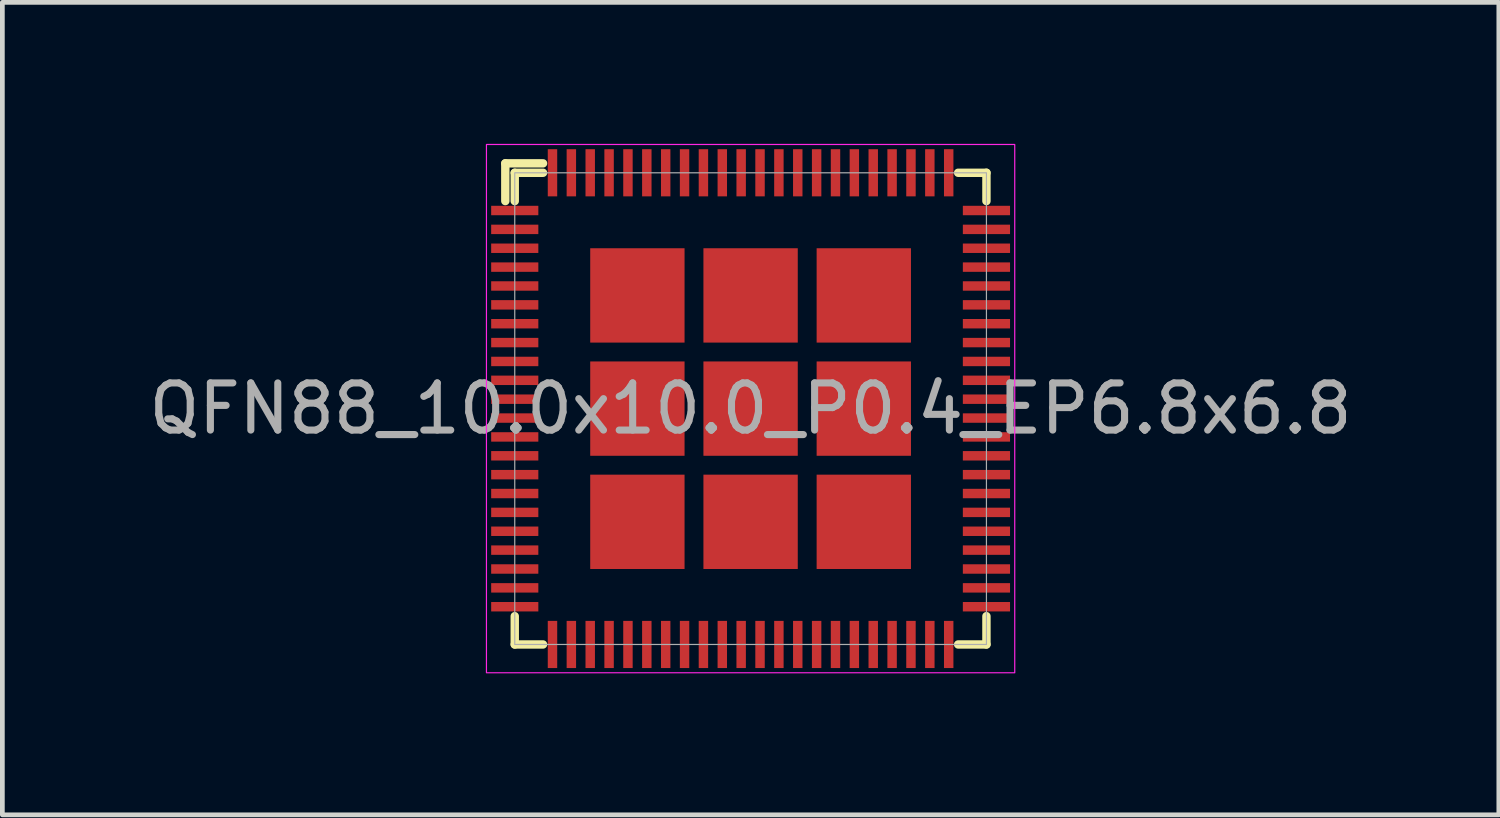
<source format=kicad_pcb>
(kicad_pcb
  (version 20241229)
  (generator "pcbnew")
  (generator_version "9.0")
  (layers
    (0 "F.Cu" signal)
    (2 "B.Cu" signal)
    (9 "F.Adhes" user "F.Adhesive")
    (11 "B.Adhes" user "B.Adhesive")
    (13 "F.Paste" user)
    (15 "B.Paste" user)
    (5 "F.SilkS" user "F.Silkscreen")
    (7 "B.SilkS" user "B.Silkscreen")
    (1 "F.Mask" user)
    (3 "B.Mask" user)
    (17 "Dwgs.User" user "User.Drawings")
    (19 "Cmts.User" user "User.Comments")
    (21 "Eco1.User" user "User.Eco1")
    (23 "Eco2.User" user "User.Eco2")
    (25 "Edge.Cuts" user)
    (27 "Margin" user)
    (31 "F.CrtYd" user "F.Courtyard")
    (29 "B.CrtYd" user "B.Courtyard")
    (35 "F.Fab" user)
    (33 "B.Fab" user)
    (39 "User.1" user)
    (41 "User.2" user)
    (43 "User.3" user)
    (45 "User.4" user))
  (footprint "QFN88_10.0x10.0_P0.4_EP6.8x6.8"
    (layer "F.Cu")
    (at 12.863 5.613)
    (property "Reference" "QFN88_10.0x10.0_P0.4_EP6.8x6.8" (at 0 0 0) (unlocked yes) (layer "F.SilkS") (effects (font (size 1 1) (thickness 0.1))))
    (attr smd)
    (fp_line (start -5.2 -5.2) (end -4.4 -5.2) (stroke (width 0.178) (type solid)) (layer "F.SilkS"))
    (fp_line (start -5.2 -4.4) (end -5.2 -5.2) (stroke (width 0.178) (type solid)) (layer "F.SilkS"))
    (fp_line (start -5 -5) (end -4.4 -5) (stroke (width 0.178) (type solid)) (layer "F.SilkS"))
    (fp_line (start -5 -4.4) (end -5 -5) (stroke (width 0.178) (type solid)) (layer "F.SilkS"))
    (fp_line (start -5 5) (end -5 4.4) (stroke (width 0.178) (type solid)) (layer "F.SilkS"))
    (fp_line (start -4.4 5) (end -5 5) (stroke (width 0.178) (type solid)) (layer "F.SilkS"))
    (fp_line (start 4.4 -5) (end 5 -5) (stroke (width 0.178) (type solid)) (layer "F.SilkS"))
    (fp_line (start 5 -5) (end 5 -4.4) (stroke (width 0.178) (type solid)) (layer "F.SilkS"))
    (fp_line (start 5 4.4) (end 5 5) (stroke (width 0.178) (type solid)) (layer "F.SilkS"))
    (fp_line (start 5 5) (end 4.4 5) (stroke (width 0.178) (type solid)) (layer "F.SilkS"))
    (fp_rect (start -5.6 -5.6) (end 5.6 5.6) (stroke (width 0.025) (type solid)) (fill no) (layer "F.CrtYd"))
    (fp_rect (start -5 -5) (end 5 5) (stroke (width 0.025) (type solid)) (fill no) (layer "F.Fab"))
    (fp_text user "${REFERENCE}" (at 0 0 0) (unlocked yes) (layer "F.Fab") (effects (font (size 1 1) (thickness 0.15))))
    (pad "1" smd rect (at -5 -4.2) (size 1 0.2) (layers "F.Cu" "F.Mask" "F.Paste"))
    (pad "2" smd rect (at -5 -3.8) (size 1 0.2) (layers "F.Cu" "F.Mask" "F.Paste"))
    (pad "3" smd rect (at -5 -3.4) (size 1 0.2) (layers "F.Cu" "F.Mask" "F.Paste"))
    (pad "4" smd rect (at -5 -3) (size 1 0.2) (layers "F.Cu" "F.Mask" "F.Paste"))
    (pad "5" smd rect (at -5 -2.6) (size 1 0.2) (layers "F.Cu" "F.Mask" "F.Paste"))
    (pad "6" smd rect (at -5 -2.2) (size 1 0.2) (layers "F.Cu" "F.Mask" "F.Paste"))
    (pad "7" smd rect (at -5 -1.8) (size 1 0.2) (layers "F.Cu" "F.Mask" "F.Paste"))
    (pad "8" smd rect (at -5 -1.4) (size 1 0.2) (layers "F.Cu" "F.Mask" "F.Paste"))
    (pad "9" smd rect (at -5 -1) (size 1 0.2) (layers "F.Cu" "F.Mask" "F.Paste"))
    (pad "10" smd rect (at -5 -0.6) (size 1 0.2) (layers "F.Cu" "F.Mask" "F.Paste"))
    (pad "11" smd rect (at -5 -0.2) (size 1 0.2) (layers "F.Cu" "F.Mask" "F.Paste"))
    (pad "12" smd rect (at -5 0.2) (size 1 0.2) (layers "F.Cu" "F.Mask" "F.Paste"))
    (pad "13" smd rect (at -5 0.6) (size 1 0.2) (layers "F.Cu" "F.Mask" "F.Paste"))
    (pad "14" smd rect (at -5 1) (size 1 0.2) (layers "F.Cu" "F.Mask" "F.Paste"))
    (pad "15" smd rect (at -5 1.4) (size 1 0.2) (layers "F.Cu" "F.Mask" "F.Paste"))
    (pad "16" smd rect (at -5 1.8) (size 1 0.2) (layers "F.Cu" "F.Mask" "F.Paste"))
    (pad "17" smd rect (at -5 2.2) (size 1 0.2) (layers "F.Cu" "F.Mask" "F.Paste"))
    (pad "18" smd rect (at -5 2.6) (size 1 0.2) (layers "F.Cu" "F.Mask" "F.Paste"))
    (pad "19" smd rect (at -5 3) (size 1 0.2) (layers "F.Cu" "F.Mask" "F.Paste"))
    (pad "20" smd rect (at -5 3.4) (size 1 0.2) (layers "F.Cu" "F.Mask" "F.Paste"))
    (pad "21" smd rect (at -5 3.8) (size 1 0.2) (layers "F.Cu" "F.Mask" "F.Paste"))
    (pad "22" smd rect (at -5 4.2) (size 1 0.2) (layers "F.Cu" "F.Mask" "F.Paste"))
    (pad "23" smd rect (at -4.2 5) (size 0.2 1) (layers "F.Cu" "F.Mask" "F.Paste"))
    (pad "24" smd rect (at -3.8 5) (size 0.2 1) (layers "F.Cu" "F.Mask" "F.Paste"))
    (pad "25" smd rect (at -3.4 5) (size 0.2 1) (layers "F.Cu" "F.Mask" "F.Paste"))
    (pad "26" smd rect (at -3 5) (size 0.2 1) (layers "F.Cu" "F.Mask" "F.Paste"))
    (pad "27" smd rect (at -2.6 5) (size 0.2 1) (layers "F.Cu" "F.Mask" "F.Paste"))
    (pad "28" smd rect (at -2.2 5) (size 0.2 1) (layers "F.Cu" "F.Mask" "F.Paste"))
    (pad "29" smd rect (at -1.8 5) (size 0.2 1) (layers "F.Cu" "F.Mask" "F.Paste"))
    (pad "30" smd rect (at -1.4 5) (size 0.2 1) (layers "F.Cu" "F.Mask" "F.Paste"))
    (pad "31" smd rect (at -1 5) (size 0.2 1) (layers "F.Cu" "F.Mask" "F.Paste"))
    (pad "32" smd rect (at -0.6 5) (size 0.2 1) (layers "F.Cu" "F.Mask" "F.Paste"))
    (pad "33" smd rect (at -0.2 5) (size 0.2 1) (layers "F.Cu" "F.Mask" "F.Paste"))
    (pad "34" smd rect (at 0.2 5) (size 0.2 1) (layers "F.Cu" "F.Mask" "F.Paste"))
    (pad "35" smd rect (at 0.6 5) (size 0.2 1) (layers "F.Cu" "F.Mask" "F.Paste"))
    (pad "36" smd rect (at 1 5) (size 0.2 1) (layers "F.Cu" "F.Mask" "F.Paste"))
    (pad "37" smd rect (at 1.4 5) (size 0.2 1) (layers "F.Cu" "F.Mask" "F.Paste"))
    (pad "38" smd rect (at 1.8 5) (size 0.2 1) (layers "F.Cu" "F.Mask" "F.Paste"))
    (pad "39" smd rect (at 2.2 5) (size 0.2 1) (layers "F.Cu" "F.Mask" "F.Paste"))
    (pad "40" smd rect (at 2.6 5) (size 0.2 1) (layers "F.Cu" "F.Mask" "F.Paste"))
    (pad "41" smd rect (at 3 5) (size 0.2 1) (layers "F.Cu" "F.Mask" "F.Paste"))
    (pad "42" smd rect (at 3.4 5) (size 0.2 1) (layers "F.Cu" "F.Mask" "F.Paste"))
    (pad "43" smd rect (at 3.8 5) (size 0.2 1) (layers "F.Cu" "F.Mask" "F.Paste"))
    (pad "44" smd rect (at 4.2 5) (size 0.2 1) (layers "F.Cu" "F.Mask" "F.Paste"))
    (pad "45" smd rect (at 5 4.2) (size 1 0.2) (layers "F.Cu" "F.Mask" "F.Paste"))
    (pad "46" smd rect (at 5 3.8) (size 1 0.2) (layers "F.Cu" "F.Mask" "F.Paste"))
    (pad "47" smd rect (at 5 3.4) (size 1 0.2) (layers "F.Cu" "F.Mask" "F.Paste"))
    (pad "48" smd rect (at 5 3) (size 1 0.2) (layers "F.Cu" "F.Mask" "F.Paste"))
    (pad "49" smd rect (at 5 2.6) (size 1 0.2) (layers "F.Cu" "F.Mask" "F.Paste"))
    (pad "50" smd rect (at 5 2.2) (size 1 0.2) (layers "F.Cu" "F.Mask" "F.Paste"))
    (pad "51" smd rect (at 5 1.8) (size 1 0.2) (layers "F.Cu" "F.Mask" "F.Paste"))
    (pad "52" smd rect (at 5 1.4) (size 1 0.2) (layers "F.Cu" "F.Mask" "F.Paste"))
    (pad "53" smd rect (at 5 1) (size 1 0.2) (layers "F.Cu" "F.Mask" "F.Paste"))
    (pad "54" smd rect (at 5 0.6) (size 1 0.2) (layers "F.Cu" "F.Mask" "F.Paste"))
    (pad "55" smd rect (at 5 0.2) (size 1 0.2) (layers "F.Cu" "F.Mask" "F.Paste"))
    (pad "56" smd rect (at 5 -0.2) (size 1 0.2) (layers "F.Cu" "F.Mask" "F.Paste"))
    (pad "57" smd rect (at 5 -0.6) (size 1 0.2) (layers "F.Cu" "F.Mask" "F.Paste"))
    (pad "58" smd rect (at 5 -1) (size 1 0.2) (layers "F.Cu" "F.Mask" "F.Paste"))
    (pad "59" smd rect (at 5 -1.4) (size 1 0.2) (layers "F.Cu" "F.Mask" "F.Paste"))
    (pad "60" smd rect (at 5 -1.8) (size 1 0.2) (layers "F.Cu" "F.Mask" "F.Paste"))
    (pad "61" smd rect (at 5 -2.2) (size 1 0.2) (layers "F.Cu" "F.Mask" "F.Paste"))
    (pad "62" smd rect (at 5 -2.6) (size 1 0.2) (layers "F.Cu" "F.Mask" "F.Paste"))
    (pad "63" smd rect (at 5 -3) (size 1 0.2) (layers "F.Cu" "F.Mask" "F.Paste"))
    (pad "64" smd rect (at 5 -3.4) (size 1 0.2) (layers "F.Cu" "F.Mask" "F.Paste"))
    (pad "65" smd rect (at 5 -3.8) (size 1 0.2) (layers "F.Cu" "F.Mask" "F.Paste"))
    (pad "66" smd rect (at 5 -4.2) (size 1 0.2) (layers "F.Cu" "F.Mask" "F.Paste"))
    (pad "67" smd rect (at 4.2 -5) (size 0.2 1) (layers "F.Cu" "F.Mask" "F.Paste"))
    (pad "68" smd rect (at 3.8 -5) (size 0.2 1) (layers "F.Cu" "F.Mask" "F.Paste"))
    (pad "69" smd rect (at 3.4 -5) (size 0.2 1) (layers "F.Cu" "F.Mask" "F.Paste"))
    (pad "70" smd rect (at 3 -5) (size 0.2 1) (layers "F.Cu" "F.Mask" "F.Paste"))
    (pad "71" smd rect (at 2.6 -5) (size 0.2 1) (layers "F.Cu" "F.Mask" "F.Paste"))
    (pad "72" smd rect (at 2.2 -5) (size 0.2 1) (layers "F.Cu" "F.Mask" "F.Paste"))
    (pad "73" smd rect (at 1.8 -5) (size 0.2 1) (layers "F.Cu" "F.Mask" "F.Paste"))
    (pad "74" smd rect (at 1.4 -5) (size 0.2 1) (layers "F.Cu" "F.Mask" "F.Paste"))
    (pad "75" smd rect (at 1 -5) (size 0.2 1) (layers "F.Cu" "F.Mask" "F.Paste"))
    (pad "76" smd rect (at 0.6 -5) (size 0.2 1) (layers "F.Cu" "F.Mask" "F.Paste"))
    (pad "77" smd rect (at 0.2 -5) (size 0.2 1) (layers "F.Cu" "F.Mask" "F.Paste"))
    (pad "78" smd rect (at -0.2 -5) (size 0.2 1) (layers "F.Cu" "F.Mask" "F.Paste"))
    (pad "79" smd rect (at -0.6 -5) (size 0.2 1) (layers "F.Cu" "F.Mask" "F.Paste"))
    (pad "80" smd rect (at -1 -5) (size 0.2 1) (layers "F.Cu" "F.Mask" "F.Paste"))
    (pad "81" smd rect (at -1.4 -5) (size 0.2 1) (layers "F.Cu" "F.Mask" "F.Paste"))
    (pad "82" smd rect (at -1.8 -5) (size 0.2 1) (layers "F.Cu" "F.Mask" "F.Paste"))
    (pad "83" smd rect (at -2.2 -5) (size 0.2 1) (layers "F.Cu" "F.Mask" "F.Paste"))
    (pad "84" smd rect (at -2.6 -5) (size 0.2 1) (layers "F.Cu" "F.Mask" "F.Paste"))
    (pad "85" smd rect (at -3 -5) (size 0.2 1) (layers "F.Cu" "F.Mask" "F.Paste"))
    (pad "86" smd rect (at -3.4 -5) (size 0.2 1) (layers "F.Cu" "F.Mask" "F.Paste"))
    (pad "87" smd rect (at -3.8 -5) (size 0.2 1) (layers "F.Cu" "F.Mask" "F.Paste"))
    (pad "88" smd rect (at -4.2 -5) (size 0.2 1) (layers "F.Cu" "F.Mask" "F.Paste"))
    (pad "89" smd rect (at -2.4 -2.4) (size 2 2) (layers "F.Cu" "F.Mask" "F.Paste"))
    (pad "89" smd rect (at -2.4 0) (size 2 2) (layers "F.Cu" "F.Mask" "F.Paste"))
    (pad "89" smd rect (at -2.4 2.4) (size 2 2) (layers "F.Cu" "F.Mask" "F.Paste"))
    (pad "89" smd rect (at 0 -2.4) (size 2 2) (layers "F.Cu" "F.Mask" "F.Paste"))
    (pad "89" smd rect (at 0 0) (size 2 2) (layers "F.Cu" "F.Mask" "F.Paste"))
    (pad "89" smd rect (at 0 2.4) (size 2 2) (layers "F.Cu" "F.Mask" "F.Paste"))
    (pad "89" smd rect (at 2.4 -2.4) (size 2 2) (layers "F.Cu" "F.Mask" "F.Paste"))
    (pad "89" smd rect (at 2.4 0) (size 2 2) (layers "F.Cu" "F.Mask" "F.Paste"))
    (pad "89" smd rect (at 2.4 2.4) (size 2 2) (layers "F.Cu" "F.Mask" "F.Paste")))
  (gr_rect
    (start -3 -3)
    (end 28.726 14.225)
    (stroke (width 0.1) (type default))
    (fill no)
    (layer "Edge.Cuts")))
</source>
